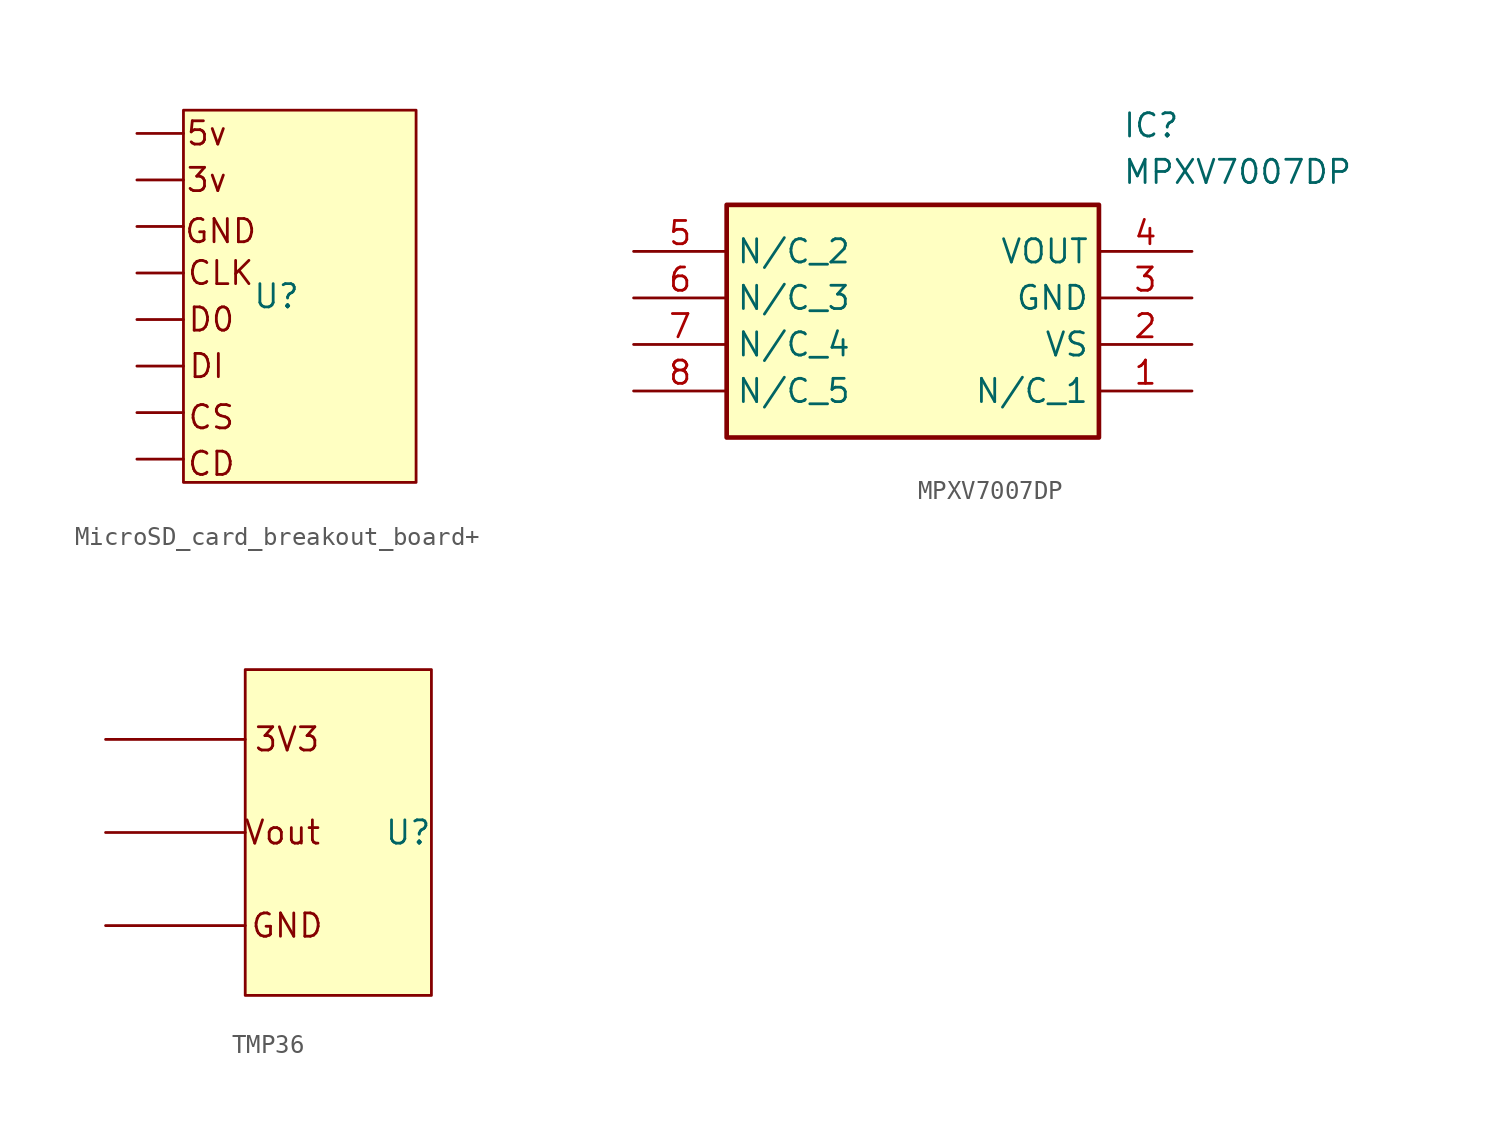
<source format=kicad_sym>
(kicad_symbol_lib
  (version 20231120)
  (generator "kicad_symbol_editor")
  (generator_version "8.0")
  (symbol "MicroSD_card_breakout_board+"
    (property "Reference" "U"
      (at 0 0 0)
      (effects (font (size 1.27 1.27))))
    (property "Value" ""
      (at 0 0 0)
      (effects (font (size 1.27 1.27))))
    (symbol "MicroSD_card_breakout_board+_1_1"
      (rectangle (start -5.08 10.16) (end 7.62 -10.16) (stroke (width 0) (type default)) (fill (type background)))
      (polyline (pts (xy -5.08 -8.89) (xy -7.62 -8.89)) (stroke (width 0) (type default)) (fill (type none)))
      (polyline (pts (xy -5.08 -6.35) (xy -7.62 -6.35)) (stroke (width 0) (type default)) (fill (type none)))
      (polyline (pts (xy -5.08 -3.81) (xy -7.62 -3.81)) (stroke (width 0) (type default)) (fill (type none)))
      (polyline (pts (xy -5.08 -1.27) (xy -7.62 -1.27)) (stroke (width 0) (type default)) (fill (type none)))
      (polyline (pts (xy -5.08 1.27) (xy -7.62 1.27)) (stroke (width 0) (type default)) (fill (type none)))
      (polyline (pts (xy -5.08 3.81) (xy -7.62 3.81)) (stroke (width 0) (type default)) (fill (type none)))
      (polyline (pts (xy -5.08 6.35) (xy -7.62 6.35)) (stroke (width 0) (type default)) (fill (type none)))
      (polyline (pts (xy -5.08 8.89) (xy -7.62 8.89)) (stroke (width 0) (type default)) (fill (type none)))
      (text "3v" (at -3.81 6.35 0) (effects (font (size 1.27 1.27))))
      (text "5v" (at -3.81 8.89 0) (effects (font (size 1.27 1.27))))
      (text "CD" (at -3.556 -9.144 0) (effects (font (size 1.27 1.27))))
      (text "CLK" (at -3.048 1.27 0) (effects (font (size 1.27 1.27))))
      (text "CS" (at -3.556 -6.604 0) (effects (font (size 1.27 1.27))))
      (text "D0" (at -3.556 -1.27 0) (effects (font (size 1.27 1.27))))
      (text "DI" (at -3.81 -3.81 0) (effects (font (size 1.27 1.27))))
      (text "GND" (at -3.048 3.556 0) (effects (font (size 1.27 1.27))))))
  (symbol "MPXV7007DP"
    (property "Reference" "IC"
      (at 26.67 7.62 0)
      (effects (font (size 1.27 1.27)) (justify left top)))
    (property "Value" "MPXV7007DP"
      (at 26.67 5.08 0)
      (effects (font (size 1.27 1.27)) (justify left top)))
    (symbol "MPXV7007DP_1_1"
      (rectangle (start 5.08 2.54) (end 25.4 -10.16) (stroke (width 0.254) (type default)) (fill (type background)))
      (pin passive line (at 30.48 -7.62 180) (length 5.08) (name "N/C_1" (effects (font (size 1.27 1.27)))) (number "1" (effects (font (size 1.27 1.27)))))
      (pin passive line (at 30.48 -5.08 180) (length 5.08) (name "VS" (effects (font (size 1.27 1.27)))) (number "2" (effects (font (size 1.27 1.27)))))
      (pin passive line (at 30.48 -2.54 180) (length 5.08) (name "GND" (effects (font (size 1.27 1.27)))) (number "3" (effects (font (size 1.27 1.27)))))
      (pin passive line (at 30.48 0 180) (length 5.08) (name "VOUT" (effects (font (size 1.27 1.27)))) (number "4" (effects (font (size 1.27 1.27)))))
      (pin passive line (at 0 0 0) (length 5.08) (name "N/C_2" (effects (font (size 1.27 1.27)))) (number "5" (effects (font (size 1.27 1.27)))))
      (pin passive line (at 0 -2.54 0) (length 5.08) (name "N/C_3" (effects (font (size 1.27 1.27)))) (number "6" (effects (font (size 1.27 1.27)))))
      (pin passive line (at 0 -5.08 0) (length 5.08) (name "N/C_4" (effects (font (size 1.27 1.27)))) (number "7" (effects (font (size 1.27 1.27)))))
      (pin passive line (at 0 -7.62 0) (length 5.08) (name "N/C_5" (effects (font (size 1.27 1.27)))) (number "8" (effects (font (size 1.27 1.27)))))))
  (symbol "TMP36"
    (property "Reference" "U"
      (at 0 0 0)
      (effects (font (size 1.27 1.27))))
    (property "Value" ""
      (at 0 0 0)
      (effects (font (size 1.27 1.27))))
    (symbol "TMP36_1_1"
      (rectangle (start -8.89 8.89) (end 1.27 -8.89) (stroke (width 0) (type default)) (fill (type background)))
      (polyline (pts (xy -8.89 -5.08) (xy -16.51 -5.08)) (stroke (width 0) (type default)) (fill (type none)))
      (polyline (pts (xy -8.89 0) (xy -16.51 0)) (stroke (width 0) (type default)) (fill (type none)))
      (polyline (pts (xy -8.89 5.08) (xy -16.51 5.08)) (stroke (width 0) (type default)) (fill (type none)))
      (text "3V3" (at -6.604 5.08 0) (effects (font (size 1.27 1.27))))
      (text "GND" (at -6.604 -5.08 0) (effects (font (size 1.27 1.27))))
      (text "Vout" (at -6.858 0 0) (effects (font (size 1.27 1.27)))))))
</source>
